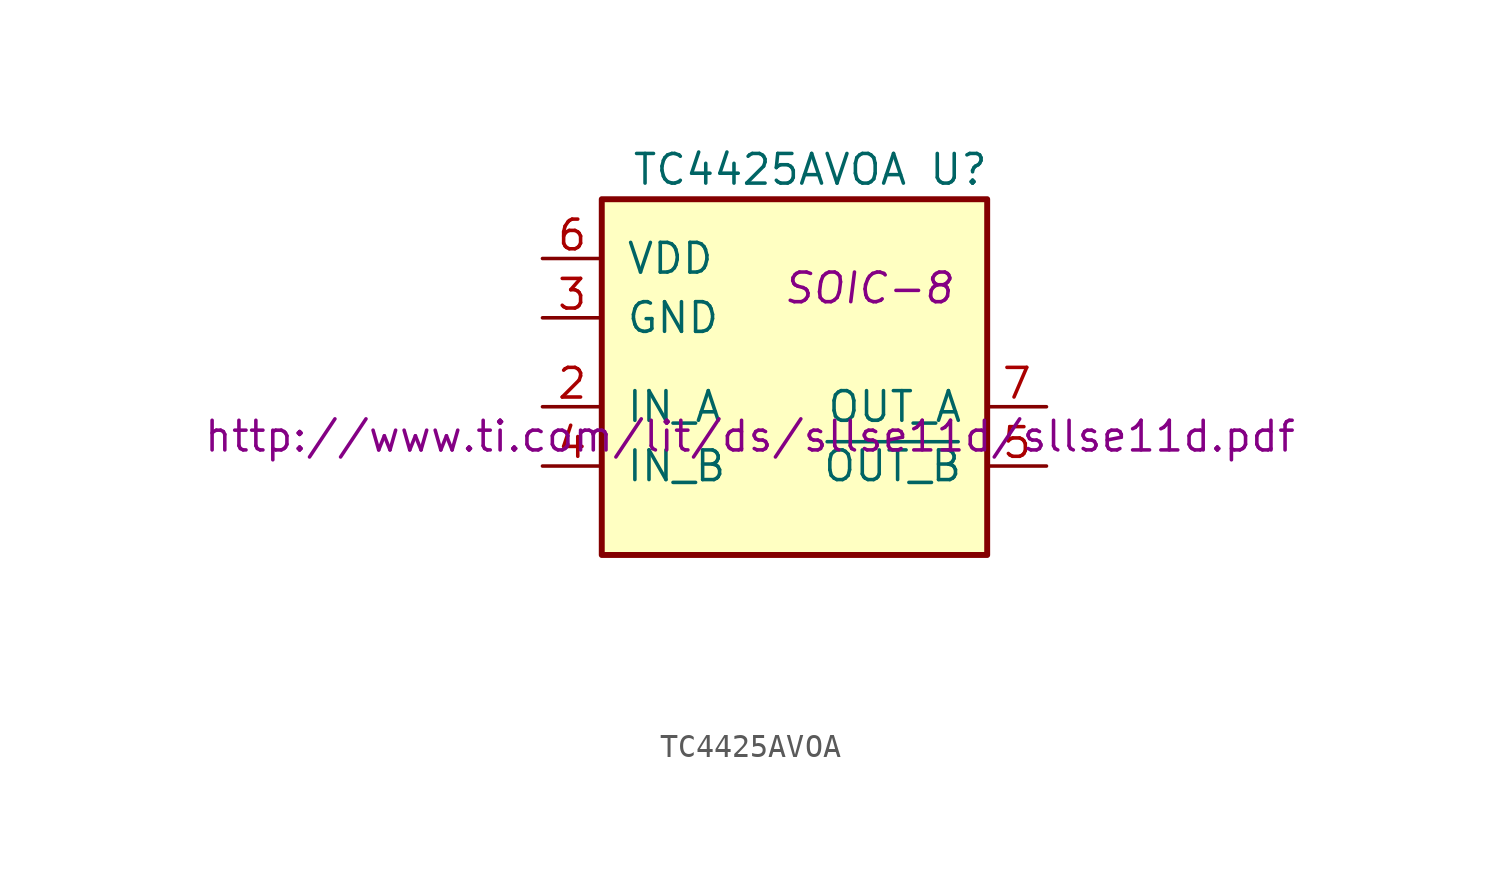
<source format=kicad_sym>
(kicad_symbol_lib
  (version 20220914)
  (generator kicad_symbol_editor)
  (symbol "TC4425AVOA"
    (pin_names
      (offset 1.016))
    (property "Reference" "U"
      (at 6.35 11.43 0)
      (effects (font (size 1.27 1.27)) (justify left)))
    (property "Value" "TC4425AVOA"
      (at -6.35 11.43 0)
      (effects (font (size 1.27 1.27)) (justify left)))
    (property "Footprint" "SOIC-8"
      (at 3.81 6.35 0)
      (effects (font (size 1.27 1.27) italic)))
    (property "Datasheet" "http://www.ti.com/lit/ds/sllse11d/sllse11d.pdf"
      (at -1.27 0 0)
      (effects (font (size 1.27 1.27))))
    (symbol "TC4425AVOA_0_1"
      (rectangle (start -7.62 10.16) (end 8.89 -5.08) (stroke (width 0.254) (type solid)) (fill (type background))))
    (symbol "TC4425AVOA_1_1"
      (pin no_connect line (at -1.27 -7.62 0) (length 2.54) hide (name "~" (effects (font (size 1.27 1.27)))) (number "1" (effects (font (size 1.27 1.27)))))
      (pin input line (at -10.16 1.27 0) (length 2.54) (name "IN_A" (effects (font (size 1.27 1.27)))) (number "2" (effects (font (size 1.27 1.27)))))
      (pin power_in line (at -10.16 5.08 0) (length 2.54) (name "GND" (effects (font (size 1.27 1.27)))) (number "3" (effects (font (size 1.27 1.27)))))
      (pin input line (at -10.16 -1.27 0) (length 2.54) (name "IN_B" (effects (font (size 1.27 1.27)))) (number "4" (effects (font (size 1.27 1.27)))))
      (pin output line (at 11.43 -1.27 180) (length 2.54) (name "~{OUT_B}" (effects (font (size 1.27 1.27)))) (number "5" (effects (font (size 1.27 1.27)))))
      (pin power_in line (at -10.16 7.62 0) (length 2.54) (name "VDD" (effects (font (size 1.27 1.27)))) (number "6" (effects (font (size 1.27 1.27)))))
      (pin output line (at 11.43 1.27 180) (length 2.54) (name "OUT_A" (effects (font (size 1.27 1.27)))) (number "7" (effects (font (size 1.27 1.27)))))
      (pin no_connect line (at -1.27 -10.16 0) (length 2.54) hide (name "~" (effects (font (size 1.27 1.27)))) (number "8" (effects (font (size 1.27 1.27))))))))
</source>
